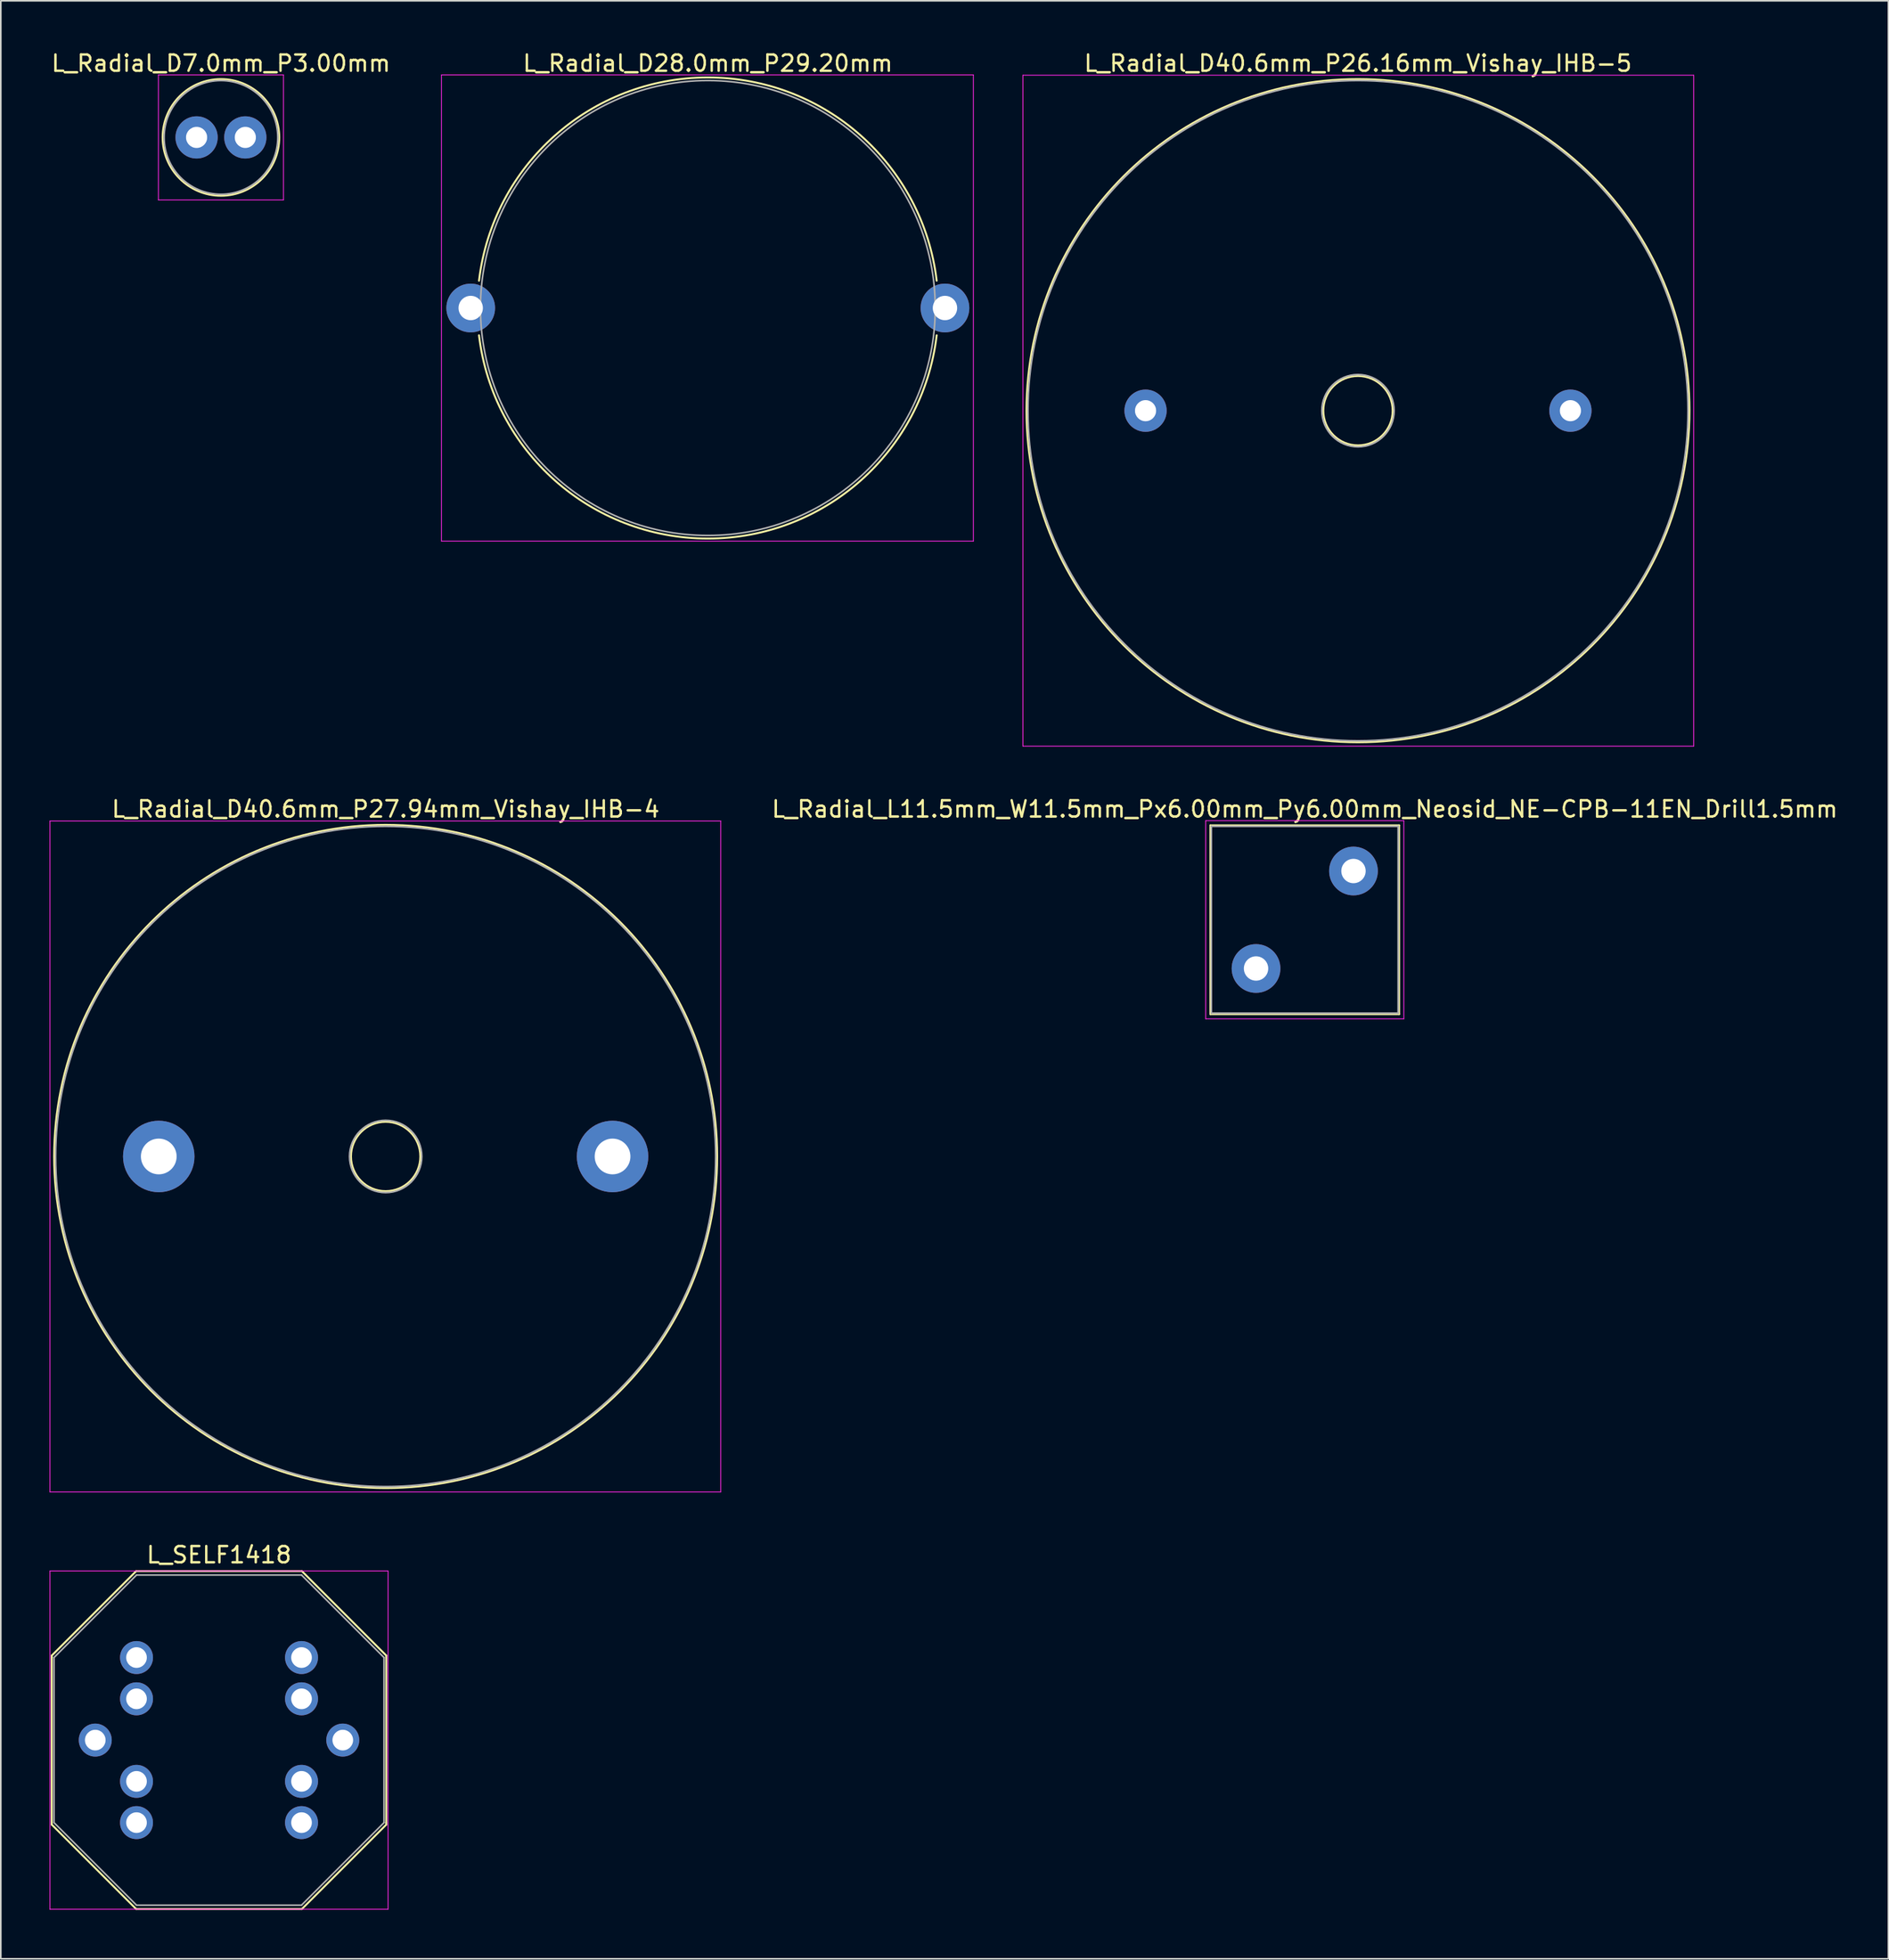
<source format=kicad_pcb>
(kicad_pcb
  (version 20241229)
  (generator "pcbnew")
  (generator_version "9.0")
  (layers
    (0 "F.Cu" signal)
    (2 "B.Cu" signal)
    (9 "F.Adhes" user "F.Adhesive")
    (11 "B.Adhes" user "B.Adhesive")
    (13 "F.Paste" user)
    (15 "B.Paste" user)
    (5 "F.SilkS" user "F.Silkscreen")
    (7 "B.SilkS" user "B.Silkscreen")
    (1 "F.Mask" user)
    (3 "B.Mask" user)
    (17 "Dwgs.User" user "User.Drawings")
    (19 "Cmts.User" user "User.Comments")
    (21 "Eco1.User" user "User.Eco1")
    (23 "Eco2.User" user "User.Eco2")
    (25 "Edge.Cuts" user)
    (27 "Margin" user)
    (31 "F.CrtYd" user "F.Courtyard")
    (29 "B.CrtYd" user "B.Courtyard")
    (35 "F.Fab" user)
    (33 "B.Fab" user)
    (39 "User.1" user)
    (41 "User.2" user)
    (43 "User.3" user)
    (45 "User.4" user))
  (footprint "L_SELF1418"
    (layer "F.Cu")
    (at 5.355 98.975)
    (property "Reference" "L_SELF1418" (at 5.08 -6.32 0) (layer "F.SilkS") (effects (font (size 1 1) (thickness 0.15))))
    (attr through_hole)
    (fp_line (start -5.22 -0.12) (end -0.02 -5.32) (stroke (width 0.12) (type solid)) (layer "F.SilkS"))
    (fp_line (start -5.22 -0.02) (end -5.22 -0.12) (stroke (width 0.12) (type solid)) (layer "F.SilkS"))
    (fp_line (start -5.22 10.28) (end -5.22 -0.02) (stroke (width 0.12) (type solid)) (layer "F.SilkS"))
    (fp_line (start -0.02 -5.32) (end 10.18 -5.32) (stroke (width 0.12) (type solid)) (layer "F.SilkS"))
    (fp_line (start -0.02 15.48) (end -5.22 10.28) (stroke (width 0.12) (type solid)) (layer "F.SilkS"))
    (fp_line (start 10.18 -5.32) (end 15.38 -0.12) (stroke (width 0.12) (type solid)) (layer "F.SilkS"))
    (fp_line (start 10.18 15.48) (end -0.02 15.48) (stroke (width 0.12) (type solid)) (layer "F.SilkS"))
    (fp_line (start 15.38 -0.12) (end 15.38 10.18) (stroke (width 0.12) (type solid)) (layer "F.SilkS"))
    (fp_line (start 15.38 10.18) (end 15.38 10.28) (stroke (width 0.12) (type solid)) (layer "F.SilkS"))
    (fp_line (start 15.38 10.28) (end 10.18 15.48) (stroke (width 0.12) (type solid)) (layer "F.SilkS"))
    (fp_line (start -5.33 -5.33) (end -5.33 15.49) (stroke (width 0.05) (type solid)) (layer "F.CrtYd"))
    (fp_line (start -5.33 -5.33) (end 15.49 -5.33) (stroke (width 0.05) (type solid)) (layer "F.CrtYd"))
    (fp_line (start 15.49 15.49) (end -5.33 15.49) (stroke (width 0.05) (type solid)) (layer "F.CrtYd"))
    (fp_line (start 15.49 15.49) (end 15.49 -5.33) (stroke (width 0.05) (type solid)) (layer "F.CrtYd"))
    (fp_line (start -5.08 0) (end -5.08 10.16) (stroke (width 0.1) (type solid)) (layer "F.Fab"))
    (fp_line (start -5.08 10.16) (end 0 15.24) (stroke (width 0.1) (type solid)) (layer "F.Fab"))
    (fp_line (start 0 -5.08) (end -5.08 0) (stroke (width 0.1) (type solid)) (layer "F.Fab"))
    (fp_line (start 0 15.24) (end 10.16 15.24) (stroke (width 0.1) (type solid)) (layer "F.Fab"))
    (fp_line (start 10.16 -5.08) (end 0 -5.08) (stroke (width 0.1) (type solid)) (layer "F.Fab"))
    (fp_line (start 10.16 15.24) (end 15.24 10.16) (stroke (width 0.1) (type solid)) (layer "F.Fab"))
    (fp_line (start 15.24 0) (end 10.16 -5.08) (stroke (width 0.1) (type solid)) (layer "F.Fab"))
    (fp_line (start 15.24 10.16) (end 15.24 0) (stroke (width 0.1) (type solid)) (layer "F.Fab"))
    (pad "" thru_hole circle (at -2.54 5.08) (size 2.03 2.03) (drill 1.27) (layers "*.Cu" "*.Mask"))
    (pad "" thru_hole circle (at 12.7 5.08) (size 2.03 2.03) (drill 1.27) (layers "*.Cu" "*.Mask"))
    (pad "1" thru_hole circle (at 0 0) (size 2.03 2.03) (drill 1.27) (layers "*.Cu" "*.Mask"))
    (pad "1" thru_hole circle (at 0 2.54) (size 2.03 2.03) (drill 1.27) (layers "*.Cu" "*.Mask"))
    (pad "2" thru_hole circle (at 10.16 0) (size 2.03 2.03) (drill 1.27) (layers "*.Cu" "*.Mask"))
    (pad "2" thru_hole circle (at 10.16 2.54) (size 2.03 2.03) (drill 1.27) (layers "*.Cu" "*.Mask"))
    (pad "3" thru_hole circle (at 10.16 7.62) (size 2.03 2.03) (drill 1.27) (layers "*.Cu" "*.Mask"))
    (pad "3" thru_hole circle (at 10.16 10.16) (size 2.03 2.03) (drill 1.27) (layers "*.Cu" "*.Mask"))
    (pad "4" thru_hole circle (at 0 7.62) (size 2.03 2.03) (drill 1.27) (layers "*.Cu" "*.Mask"))
    (pad "4" thru_hole circle (at 0 10.16) (size 2.03 2.03) (drill 1.27) (layers "*.Cu" "*.Mask")))
  (footprint "L_Radial_D28.0mm_P29.20mm"
    (layer "F.Cu")
    (at 25.932 15.908)
    (property "Reference" "L_Radial_D28.0mm_P29.20mm" (at 14.6 -15.06 0) (layer "F.SilkS") (effects (font (size 1 1) (thickness 0.15))))
    (attr through_hole)
    (fp_arc (start 0.51 -1.68) (mid 14.59987 -14.189803) (end 28.689969 -1.680258) (stroke (width 0.12) (type solid)) (layer "F.SilkS"))
    (fp_arc (start 28.689969 1.680258) (mid 14.59987 14.189802) (end 0.51 1.68) (stroke (width 0.12) (type solid)) (layer "F.SilkS"))
    (fp_line (start -1.8 -14.35) (end -1.8 14.35) (stroke (width 0.05) (type solid)) (layer "F.CrtYd"))
    (fp_line (start -1.8 14.35) (end 30.95 14.35) (stroke (width 0.05) (type solid)) (layer "F.CrtYd"))
    (fp_line (start 30.95 -14.35) (end -1.8 -14.35) (stroke (width 0.05) (type solid)) (layer "F.CrtYd"))
    (fp_line (start 30.95 14.35) (end 30.95 -14.35) (stroke (width 0.05) (type solid)) (layer "F.CrtYd"))
    (fp_circle (center 14.6 0) (end 28.6 0) (stroke (width 0.1) (type solid)) (fill no) (layer "F.Fab"))
    (pad "1" thru_hole circle (at 0 0) (size 3 3) (drill 1.5) (layers "*.Cu" "*.Mask"))
    (pad "2" thru_hole circle (at 29.2 0) (size 3 3) (drill 1.5) (layers "*.Cu" "*.Mask")))
  (footprint "L_Radial_L11.5mm_W11.5mm_Px6.00mm_Py6.00mm_Neosid_NE-CPB-11EN_Drill1.5mm"
    (layer "F.Cu")
    (at 74.285 56.562)
    (property "Reference" "L_Radial_L11.5mm_W11.5mm_Px6.00mm_Py6.00mm_Neosid_NE-CPB-11EN_Drill1.5mm" (at 3 -9.81 0) (layer "F.SilkS") (effects (font (size 1 1) (thickness 0.15))))
    (attr through_hole)
    (fp_line (start -2.81 -8.81) (end -2.81 2.81) (stroke (width 0.12) (type solid)) (layer "F.SilkS"))
    (fp_line (start -2.81 -8.81) (end 8.81 -8.81) (stroke (width 0.12) (type solid)) (layer "F.SilkS"))
    (fp_line (start -2.81 2.81) (end 8.81 2.81) (stroke (width 0.12) (type solid)) (layer "F.SilkS"))
    (fp_line (start 8.81 -8.81) (end 8.81 2.81) (stroke (width 0.12) (type solid)) (layer "F.SilkS"))
    (fp_line (start -3.1 -9.1) (end -3.1 3.1) (stroke (width 0.05) (type solid)) (layer "F.CrtYd"))
    (fp_line (start -3.1 3.1) (end 9.1 3.1) (stroke (width 0.05) (type solid)) (layer "F.CrtYd"))
    (fp_line (start 9.1 -9.1) (end -3.1 -9.1) (stroke (width 0.05) (type solid)) (layer "F.CrtYd"))
    (fp_line (start 9.1 3.1) (end 9.1 -9.1) (stroke (width 0.05) (type solid)) (layer "F.CrtYd"))
    (fp_line (start -2.75 -8.75) (end -2.75 2.75) (stroke (width 0.1) (type solid)) (layer "F.Fab"))
    (fp_line (start -2.75 2.75) (end 8.75 2.75) (stroke (width 0.1) (type solid)) (layer "F.Fab"))
    (fp_line (start 8.75 -8.75) (end -2.75 -8.75) (stroke (width 0.1) (type solid)) (layer "F.Fab"))
    (fp_line (start 8.75 2.75) (end 8.75 -8.75) (stroke (width 0.1) (type solid)) (layer "F.Fab"))
    (pad "1" thru_hole circle (at 0 0) (size 3 3) (drill 1.5) (layers "*.Cu" "*.Mask"))
    (pad "2" thru_hole circle (at 6 -6) (size 3 3) (drill 1.5) (layers "*.Cu" "*.Mask")))
  (footprint "L_Radial_D40.6mm_P27.94mm_Vishay_IHB-4"
    (layer "F.Cu")
    (at 6.725 68.132)
    (property "Reference" "L_Radial_D40.6mm_P27.94mm_Vishay_IHB-4" (at 13.97 -21.38 0) (layer "F.SilkS") (effects (font (size 1 1) (thickness 0.15))))
    (attr through_hole)
    (fp_circle (center 13.97 0) (end 16.105 0) (stroke (width 0.12) (type solid)) (fill no) (layer "F.SilkS"))
    (fp_circle (center 13.97 0) (end 34.38 0) (stroke (width 0.12) (type solid)) (fill no) (layer "F.SilkS"))
    (fp_line (start -6.7 -20.65) (end -6.7 20.65) (stroke (width 0.05) (type solid)) (layer "F.CrtYd"))
    (fp_line (start -6.7 20.65) (end 34.6 20.65) (stroke (width 0.05) (type solid)) (layer "F.CrtYd"))
    (fp_line (start 34.6 -20.65) (end -6.7 -20.65) (stroke (width 0.05) (type solid)) (layer "F.CrtYd"))
    (fp_line (start 34.6 20.65) (end 34.6 -20.65) (stroke (width 0.05) (type solid)) (layer "F.CrtYd"))
    (fp_circle (center 13.97 0) (end 16.195 0) (stroke (width 0.1) (type solid)) (fill no) (layer "F.Fab"))
    (fp_circle (center 13.97 0) (end 34.29 0) (stroke (width 0.1) (type solid)) (fill no) (layer "F.Fab"))
    (pad "1" thru_hole circle (at 0 0) (size 4.4 4.4) (drill 2.2) (layers "*.Cu" "*.Mask"))
    (pad "2" thru_hole circle (at 27.94 0) (size 4.4 4.4) (drill 2.2) (layers "*.Cu" "*.Mask")))
  (footprint "L_Radial_D40.6mm_P26.16mm_Vishay_IHB-5"
    (layer "F.Cu")
    (at 67.482 22.228)
    (property "Reference" "L_Radial_D40.6mm_P26.16mm_Vishay_IHB-5" (at 13.08 -21.38 0) (layer "F.SilkS") (effects (font (size 1 1) (thickness 0.15))))
    (attr through_hole)
    (fp_circle (center 13.08 0) (end 15.215 0) (stroke (width 0.12) (type solid)) (fill no) (layer "F.SilkS"))
    (fp_circle (center 13.08 0) (end 33.49 0) (stroke (width 0.12) (type solid)) (fill no) (layer "F.SilkS"))
    (fp_line (start -7.55 -20.65) (end -7.55 20.65) (stroke (width 0.05) (type solid)) (layer "F.CrtYd"))
    (fp_line (start -7.55 20.65) (end 33.75 20.65) (stroke (width 0.05) (type solid)) (layer "F.CrtYd"))
    (fp_line (start 33.75 -20.65) (end -7.55 -20.65) (stroke (width 0.05) (type solid)) (layer "F.CrtYd"))
    (fp_line (start 33.75 20.65) (end 33.75 -20.65) (stroke (width 0.05) (type solid)) (layer "F.CrtYd"))
    (fp_circle (center 13.08 0) (end 15.305 0) (stroke (width 0.1) (type solid)) (fill no) (layer "F.Fab"))
    (fp_circle (center 13.08 0) (end 33.4 0) (stroke (width 0.1) (type solid)) (fill no) (layer "F.Fab"))
    (pad "1" thru_hole circle (at 0 0) (size 2.6 2.6) (drill 1.3) (layers "*.Cu" "*.Mask"))
    (pad "2" thru_hole circle (at 26.16 0) (size 2.6 2.6) (drill 1.3) (layers "*.Cu" "*.Mask")))
  (footprint "L_Radial_D7.0mm_P3.00mm"
    (layer "F.Cu")
    (at 9.054 5.408)
    (property "Reference" "L_Radial_D7.0mm_P3.00mm" (at 1.5 -4.56 0) (layer "F.SilkS") (effects (font (size 1 1) (thickness 0.15))))
    (attr through_hole)
    (fp_circle (center 1.5 0) (end 5.09 0) (stroke (width 0.12) (type solid)) (fill no) (layer "F.SilkS"))
    (fp_line (start -2.35 -3.85) (end -2.35 3.85) (stroke (width 0.05) (type solid)) (layer "F.CrtYd"))
    (fp_line (start -2.35 3.85) (end 5.35 3.85) (stroke (width 0.05) (type solid)) (layer "F.CrtYd"))
    (fp_line (start 5.35 -3.85) (end -2.35 -3.85) (stroke (width 0.05) (type solid)) (layer "F.CrtYd"))
    (fp_line (start 5.35 3.85) (end 5.35 -3.85) (stroke (width 0.05) (type solid)) (layer "F.CrtYd"))
    (fp_circle (center 1.5 0) (end 5 0) (stroke (width 0.1) (type solid)) (fill no) (layer "F.Fab"))
    (pad "1" thru_hole circle (at 0 0) (size 2.6 2.6) (drill 1.3) (layers "*.Cu" "*.Mask"))
    (pad "2" thru_hole circle (at 3 0) (size 2.6 2.6) (drill 1.3) (layers "*.Cu" "*.Mask")))
  (gr_rect
    (start -3 -3)
    (end 113.219 117.515)
    (stroke (width 0.1) (type default))
    (fill no)
    (layer "Edge.Cuts")))
</source>
